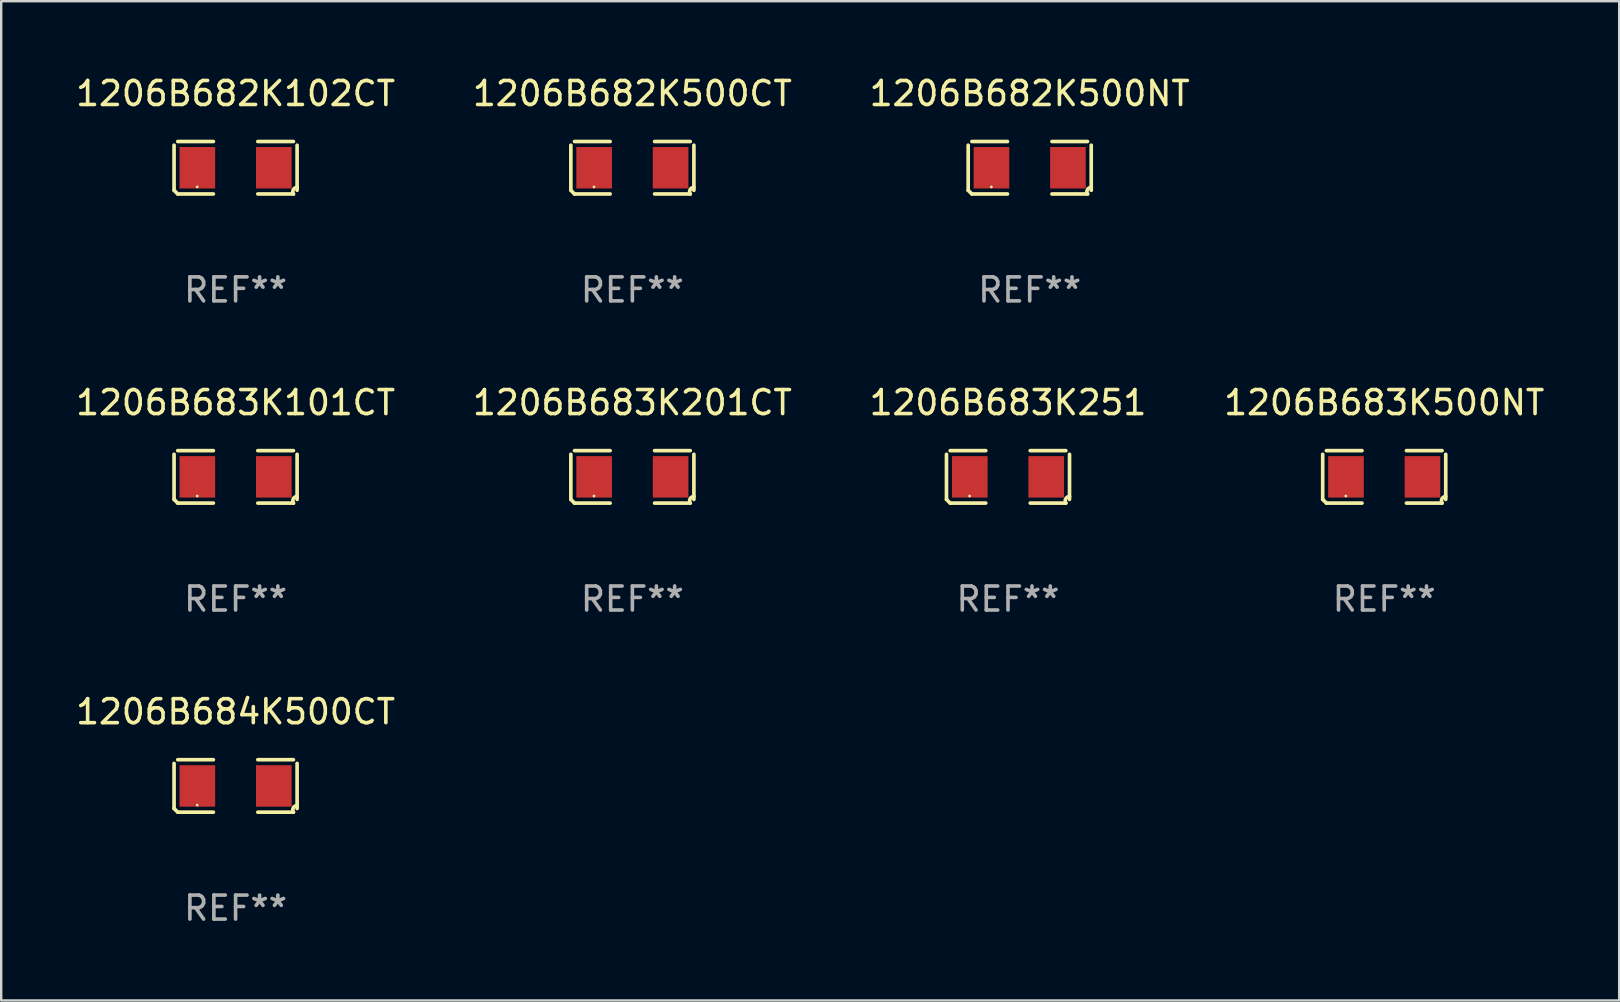
<source format=kicad_pcb>
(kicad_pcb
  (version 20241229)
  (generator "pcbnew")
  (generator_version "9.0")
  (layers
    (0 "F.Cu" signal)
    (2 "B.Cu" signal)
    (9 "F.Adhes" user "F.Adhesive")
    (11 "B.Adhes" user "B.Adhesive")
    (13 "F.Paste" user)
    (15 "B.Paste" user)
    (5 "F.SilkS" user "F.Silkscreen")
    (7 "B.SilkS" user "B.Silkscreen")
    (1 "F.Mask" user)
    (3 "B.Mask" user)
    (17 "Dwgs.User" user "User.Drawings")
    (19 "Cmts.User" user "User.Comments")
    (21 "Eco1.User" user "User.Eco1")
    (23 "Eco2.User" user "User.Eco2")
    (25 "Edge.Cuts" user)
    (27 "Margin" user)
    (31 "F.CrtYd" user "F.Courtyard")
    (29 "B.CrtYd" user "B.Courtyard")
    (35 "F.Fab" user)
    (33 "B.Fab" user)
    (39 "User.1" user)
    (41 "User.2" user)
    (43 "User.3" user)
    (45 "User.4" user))
  (footprint "1206B683K201CT"
    (layer "F.Cu")
    (at 23.304 16.823)
    (property "Reference" "1206B683K201CT" (at 0 -3.093 0) (layer "F.SilkS") (effects (font (size 1 1) (thickness 0.15))))
    (attr through_hole)
    (fp_line (start -2.564 0.94) (end -2.564 -0.94) (stroke (width 0.152) (type solid)) (layer "F.SilkS"))
    (fp_line (start -2.411 -1.093) (end -0.926 -1.093) (stroke (width 0.152) (type solid)) (layer "F.SilkS"))
    (fp_line (start -0.926 1.093) (end -2.411 1.093) (stroke (width 0.152) (type solid)) (layer "F.SilkS"))
    (fp_line (start 0.926 1.093) (end 2.411 1.093) (stroke (width 0.152) (type solid)) (layer "F.SilkS"))
    (fp_line (start 2.411 -1.093) (end 0.926 -1.093) (stroke (width 0.152) (type solid)) (layer "F.SilkS"))
    (fp_line (start 2.564 0.94) (end 2.564 -0.94) (stroke (width 0.152) (type solid)) (layer "F.SilkS"))
    (fp_arc (start -2.411201 1.092609) (mid -2.487413 1.01642) (end -2.563602 0.940208) (stroke (width 0.1524) (type solid)) (layer "F.SilkS"))
    (fp_arc (start 2.411201 1.092609) (mid 2.407159 0.911226) (end 2.563602 0.819347) (stroke (width 0.1524) (type solid)) (layer "F.SilkS"))
    (fp_circle (center -1.6 0.8) (end -1.57 0.8) (stroke (width 0.06) (type solid)) (fill no) (layer "F.SilkS"))
    (fp_text user "REF**" (at 0 5.093 0) (layer "F.Fab") (effects (font (size 1 1) (thickness 0.15))))
    (pad "1" smd rect (at -1.593 0) (size 1.485 1.728) (layers "F.Cu" "F.Mask" "F.Paste"))
    (pad "2" smd rect (at 1.593 0) (size 1.485 1.728) (layers "F.Cu" "F.Mask" "F.Paste")))
  (footprint "1206B682K500CT"
    (layer "F.Cu")
    (at 23.304 3.941)
    (property "Reference" "1206B682K500CT" (at 0 -3.093 0) (layer "F.SilkS") (effects (font (size 1 1) (thickness 0.15))))
    (attr through_hole)
    (fp_line (start -2.564 0.94) (end -2.564 -0.94) (stroke (width 0.152) (type solid)) (layer "F.SilkS"))
    (fp_line (start -2.411 -1.093) (end -0.926 -1.093) (stroke (width 0.152) (type solid)) (layer "F.SilkS"))
    (fp_line (start -0.926 1.093) (end -2.411 1.093) (stroke (width 0.152) (type solid)) (layer "F.SilkS"))
    (fp_line (start 0.926 1.093) (end 2.411 1.093) (stroke (width 0.152) (type solid)) (layer "F.SilkS"))
    (fp_line (start 2.411 -1.093) (end 0.926 -1.093) (stroke (width 0.152) (type solid)) (layer "F.SilkS"))
    (fp_line (start 2.564 0.94) (end 2.564 -0.94) (stroke (width 0.152) (type solid)) (layer "F.SilkS"))
    (fp_arc (start -2.411201 1.092609) (mid -2.487413 1.01642) (end -2.563602 0.940208) (stroke (width 0.1524) (type solid)) (layer "F.SilkS"))
    (fp_arc (start 2.411201 1.092609) (mid 2.407159 0.911226) (end 2.563602 0.819347) (stroke (width 0.1524) (type solid)) (layer "F.SilkS"))
    (fp_circle (center -1.6 0.8) (end -1.57 0.8) (stroke (width 0.06) (type solid)) (fill no) (layer "F.SilkS"))
    (fp_text user "REF**" (at 0 5.093 0) (layer "F.Fab") (effects (font (size 1 1) (thickness 0.15))))
    (pad "1" smd rect (at -1.593 0) (size 1.485 1.728) (layers "F.Cu" "F.Mask" "F.Paste"))
    (pad "2" smd rect (at 1.593 0) (size 1.485 1.728) (layers "F.Cu" "F.Mask" "F.Paste")))
  (footprint "1206B682K102CT"
    (layer "F.Cu")
    (at 6.768 3.941)
    (property "Reference" "1206B682K102CT" (at 0 -3.093 0) (layer "F.SilkS") (effects (font (size 1 1) (thickness 0.15))))
    (attr through_hole)
    (fp_line (start -2.564 0.94) (end -2.564 -0.94) (stroke (width 0.152) (type solid)) (layer "F.SilkS"))
    (fp_line (start -2.411 -1.093) (end -0.926 -1.093) (stroke (width 0.152) (type solid)) (layer "F.SilkS"))
    (fp_line (start -0.926 1.093) (end -2.411 1.093) (stroke (width 0.152) (type solid)) (layer "F.SilkS"))
    (fp_line (start 0.926 1.093) (end 2.411 1.093) (stroke (width 0.152) (type solid)) (layer "F.SilkS"))
    (fp_line (start 2.411 -1.093) (end 0.926 -1.093) (stroke (width 0.152) (type solid)) (layer "F.SilkS"))
    (fp_line (start 2.564 0.94) (end 2.564 -0.94) (stroke (width 0.152) (type solid)) (layer "F.SilkS"))
    (fp_arc (start -2.411201 1.092609) (mid -2.487413 1.01642) (end -2.563602 0.940208) (stroke (width 0.1524) (type solid)) (layer "F.SilkS"))
    (fp_arc (start 2.411201 1.092609) (mid 2.407159 0.911226) (end 2.563602 0.819347) (stroke (width 0.1524) (type solid)) (layer "F.SilkS"))
    (fp_circle (center -1.6 0.8) (end -1.57 0.8) (stroke (width 0.06) (type solid)) (fill no) (layer "F.SilkS"))
    (fp_text user "REF**" (at 0 5.093 0) (layer "F.Fab") (effects (font (size 1 1) (thickness 0.15))))
    (pad "1" smd rect (at -1.593 0) (size 1.485 1.728) (layers "F.Cu" "F.Mask" "F.Paste"))
    (pad "2" smd rect (at 1.593 0) (size 1.485 1.728) (layers "F.Cu" "F.Mask" "F.Paste")))
  (footprint "1206B684K500CT"
    (layer "F.Cu")
    (at 6.768 29.704)
    (property "Reference" "1206B684K500CT" (at 0 -3.093 0) (layer "F.SilkS") (effects (font (size 1 1) (thickness 0.15))))
    (attr through_hole)
    (fp_line (start -2.564 0.94) (end -2.564 -0.94) (stroke (width 0.152) (type solid)) (layer "F.SilkS"))
    (fp_line (start -2.411 -1.093) (end -0.926 -1.093) (stroke (width 0.152) (type solid)) (layer "F.SilkS"))
    (fp_line (start -0.926 1.093) (end -2.411 1.093) (stroke (width 0.152) (type solid)) (layer "F.SilkS"))
    (fp_line (start 0.926 1.093) (end 2.411 1.093) (stroke (width 0.152) (type solid)) (layer "F.SilkS"))
    (fp_line (start 2.411 -1.093) (end 0.926 -1.093) (stroke (width 0.152) (type solid)) (layer "F.SilkS"))
    (fp_line (start 2.564 0.94) (end 2.564 -0.94) (stroke (width 0.152) (type solid)) (layer "F.SilkS"))
    (fp_arc (start -2.411201 1.092609) (mid -2.487413 1.01642) (end -2.563602 0.940208) (stroke (width 0.1524) (type solid)) (layer "F.SilkS"))
    (fp_arc (start 2.411201 1.092609) (mid 2.407159 0.911226) (end 2.563602 0.819347) (stroke (width 0.1524) (type solid)) (layer "F.SilkS"))
    (fp_circle (center -1.6 0.8) (end -1.57 0.8) (stroke (width 0.06) (type solid)) (fill no) (layer "F.SilkS"))
    (fp_text user "REF**" (at 0 5.093 0) (layer "F.Fab") (effects (font (size 1 1) (thickness 0.15))))
    (pad "1" smd rect (at -1.593 0) (size 1.485 1.728) (layers "F.Cu" "F.Mask" "F.Paste"))
    (pad "2" smd rect (at 1.593 0) (size 1.485 1.728) (layers "F.Cu" "F.Mask" "F.Paste")))
  (footprint "1206B683K251"
    (layer "F.Cu")
    (at 38.958 16.823)
    (property "Reference" "1206B683K251" (at 0 -3.093 0) (layer "F.SilkS") (effects (font (size 1 1) (thickness 0.15))))
    (attr through_hole)
    (fp_line (start -2.564 0.94) (end -2.564 -0.94) (stroke (width 0.152) (type solid)) (layer "F.SilkS"))
    (fp_line (start -2.411 -1.093) (end -0.926 -1.093) (stroke (width 0.152) (type solid)) (layer "F.SilkS"))
    (fp_line (start -0.926 1.093) (end -2.411 1.093) (stroke (width 0.152) (type solid)) (layer "F.SilkS"))
    (fp_line (start 0.926 1.093) (end 2.411 1.093) (stroke (width 0.152) (type solid)) (layer "F.SilkS"))
    (fp_line (start 2.411 -1.093) (end 0.926 -1.093) (stroke (width 0.152) (type solid)) (layer "F.SilkS"))
    (fp_line (start 2.564 0.94) (end 2.564 -0.94) (stroke (width 0.152) (type solid)) (layer "F.SilkS"))
    (fp_arc (start -2.411201 1.092609) (mid -2.487413 1.01642) (end -2.563602 0.940208) (stroke (width 0.1524) (type solid)) (layer "F.SilkS"))
    (fp_arc (start 2.411201 1.092609) (mid 2.407159 0.911226) (end 2.563602 0.819347) (stroke (width 0.1524) (type solid)) (layer "F.SilkS"))
    (fp_circle (center -1.6 0.8) (end -1.57 0.8) (stroke (width 0.06) (type solid)) (fill no) (layer "F.SilkS"))
    (fp_text user "REF**" (at 0 5.093 0) (layer "F.Fab") (effects (font (size 1 1) (thickness 0.15))))
    (pad "1" smd rect (at -1.593 0) (size 1.485 1.728) (layers "F.Cu" "F.Mask" "F.Paste"))
    (pad "2" smd rect (at 1.593 0) (size 1.485 1.728) (layers "F.Cu" "F.Mask" "F.Paste")))
  (footprint "1206B682K500NT"
    (layer "F.Cu")
    (at 39.863 3.941)
    (property "Reference" "1206B682K500NT" (at 0 -3.093 0) (layer "F.SilkS") (effects (font (size 1 1) (thickness 0.15))))
    (attr through_hole)
    (fp_line (start -2.564 0.94) (end -2.564 -0.94) (stroke (width 0.152) (type solid)) (layer "F.SilkS"))
    (fp_line (start -2.411 -1.093) (end -0.926 -1.093) (stroke (width 0.152) (type solid)) (layer "F.SilkS"))
    (fp_line (start -0.926 1.093) (end -2.411 1.093) (stroke (width 0.152) (type solid)) (layer "F.SilkS"))
    (fp_line (start 0.926 1.093) (end 2.411 1.093) (stroke (width 0.152) (type solid)) (layer "F.SilkS"))
    (fp_line (start 2.411 -1.093) (end 0.926 -1.093) (stroke (width 0.152) (type solid)) (layer "F.SilkS"))
    (fp_line (start 2.564 0.94) (end 2.564 -0.94) (stroke (width 0.152) (type solid)) (layer "F.SilkS"))
    (fp_arc (start -2.411201 1.092609) (mid -2.487413 1.01642) (end -2.563602 0.940208) (stroke (width 0.1524) (type solid)) (layer "F.SilkS"))
    (fp_arc (start 2.411201 1.092609) (mid 2.407159 0.911226) (end 2.563602 0.819347) (stroke (width 0.1524) (type solid)) (layer "F.SilkS"))
    (fp_circle (center -1.6 0.8) (end -1.57 0.8) (stroke (width 0.06) (type solid)) (fill no) (layer "F.SilkS"))
    (fp_text user "REF**" (at 0 5.093 0) (layer "F.Fab") (effects (font (size 1 1) (thickness 0.15))))
    (pad "1" smd rect (at -1.593 0) (size 1.485 1.728) (layers "F.Cu" "F.Mask" "F.Paste"))
    (pad "2" smd rect (at 1.593 0) (size 1.485 1.728) (layers "F.Cu" "F.Mask" "F.Paste")))
  (footprint "1206B683K101CT"
    (layer "F.Cu")
    (at 6.768 16.823)
    (property "Reference" "1206B683K101CT" (at 0 -3.093 0) (layer "F.SilkS") (effects (font (size 1 1) (thickness 0.15))))
    (attr through_hole)
    (fp_line (start -2.564 0.94) (end -2.564 -0.94) (stroke (width 0.152) (type solid)) (layer "F.SilkS"))
    (fp_line (start -2.411 -1.093) (end -0.926 -1.093) (stroke (width 0.152) (type solid)) (layer "F.SilkS"))
    (fp_line (start -0.926 1.093) (end -2.411 1.093) (stroke (width 0.152) (type solid)) (layer "F.SilkS"))
    (fp_line (start 0.926 1.093) (end 2.411 1.093) (stroke (width 0.152) (type solid)) (layer "F.SilkS"))
    (fp_line (start 2.411 -1.093) (end 0.926 -1.093) (stroke (width 0.152) (type solid)) (layer "F.SilkS"))
    (fp_line (start 2.564 0.94) (end 2.564 -0.94) (stroke (width 0.152) (type solid)) (layer "F.SilkS"))
    (fp_arc (start -2.411201 1.092609) (mid -2.487413 1.01642) (end -2.563602 0.940208) (stroke (width 0.1524) (type solid)) (layer "F.SilkS"))
    (fp_arc (start 2.411201 1.092609) (mid 2.407159 0.911226) (end 2.563602 0.819347) (stroke (width 0.1524) (type solid)) (layer "F.SilkS"))
    (fp_circle (center -1.6 0.8) (end -1.57 0.8) (stroke (width 0.06) (type solid)) (fill no) (layer "F.SilkS"))
    (fp_text user "REF**" (at 0 5.093 0) (layer "F.Fab") (effects (font (size 1 1) (thickness 0.15))))
    (pad "1" smd rect (at -1.593 0) (size 1.485 1.728) (layers "F.Cu" "F.Mask" "F.Paste"))
    (pad "2" smd rect (at 1.593 0) (size 1.485 1.728) (layers "F.Cu" "F.Mask" "F.Paste")))
  (footprint "1206B683K500NT"
    (layer "F.Cu")
    (at 54.637 16.823)
    (property "Reference" "1206B683K500NT" (at 0 -3.093 0) (layer "F.SilkS") (effects (font (size 1 1) (thickness 0.15))))
    (attr through_hole)
    (fp_line (start -2.564 0.94) (end -2.564 -0.94) (stroke (width 0.152) (type solid)) (layer "F.SilkS"))
    (fp_line (start -2.411 -1.093) (end -0.926 -1.093) (stroke (width 0.152) (type solid)) (layer "F.SilkS"))
    (fp_line (start -0.926 1.093) (end -2.411 1.093) (stroke (width 0.152) (type solid)) (layer "F.SilkS"))
    (fp_line (start 0.926 1.093) (end 2.411 1.093) (stroke (width 0.152) (type solid)) (layer "F.SilkS"))
    (fp_line (start 2.411 -1.093) (end 0.926 -1.093) (stroke (width 0.152) (type solid)) (layer "F.SilkS"))
    (fp_line (start 2.564 0.94) (end 2.564 -0.94) (stroke (width 0.152) (type solid)) (layer "F.SilkS"))
    (fp_arc (start -2.411201 1.092609) (mid -2.487413 1.01642) (end -2.563602 0.940208) (stroke (width 0.1524) (type solid)) (layer "F.SilkS"))
    (fp_arc (start 2.411201 1.092609) (mid 2.407159 0.911226) (end 2.563602 0.819347) (stroke (width 0.1524) (type solid)) (layer "F.SilkS"))
    (fp_circle (center -1.6 0.8) (end -1.57 0.8) (stroke (width 0.06) (type solid)) (fill no) (layer "F.SilkS"))
    (fp_text user "REF**" (at 0 5.093 0) (layer "F.Fab") (effects (font (size 1 1) (thickness 0.15))))
    (pad "1" smd rect (at -1.593 0) (size 1.485 1.728) (layers "F.Cu" "F.Mask" "F.Paste"))
    (pad "2" smd rect (at 1.593 0) (size 1.485 1.728) (layers "F.Cu" "F.Mask" "F.Paste")))
  (gr_rect
    (start -3 -3)
    (end 64.429 38.645)
    (stroke (width 0.1) (type default))
    (fill no)
    (layer "Edge.Cuts")))
</source>
